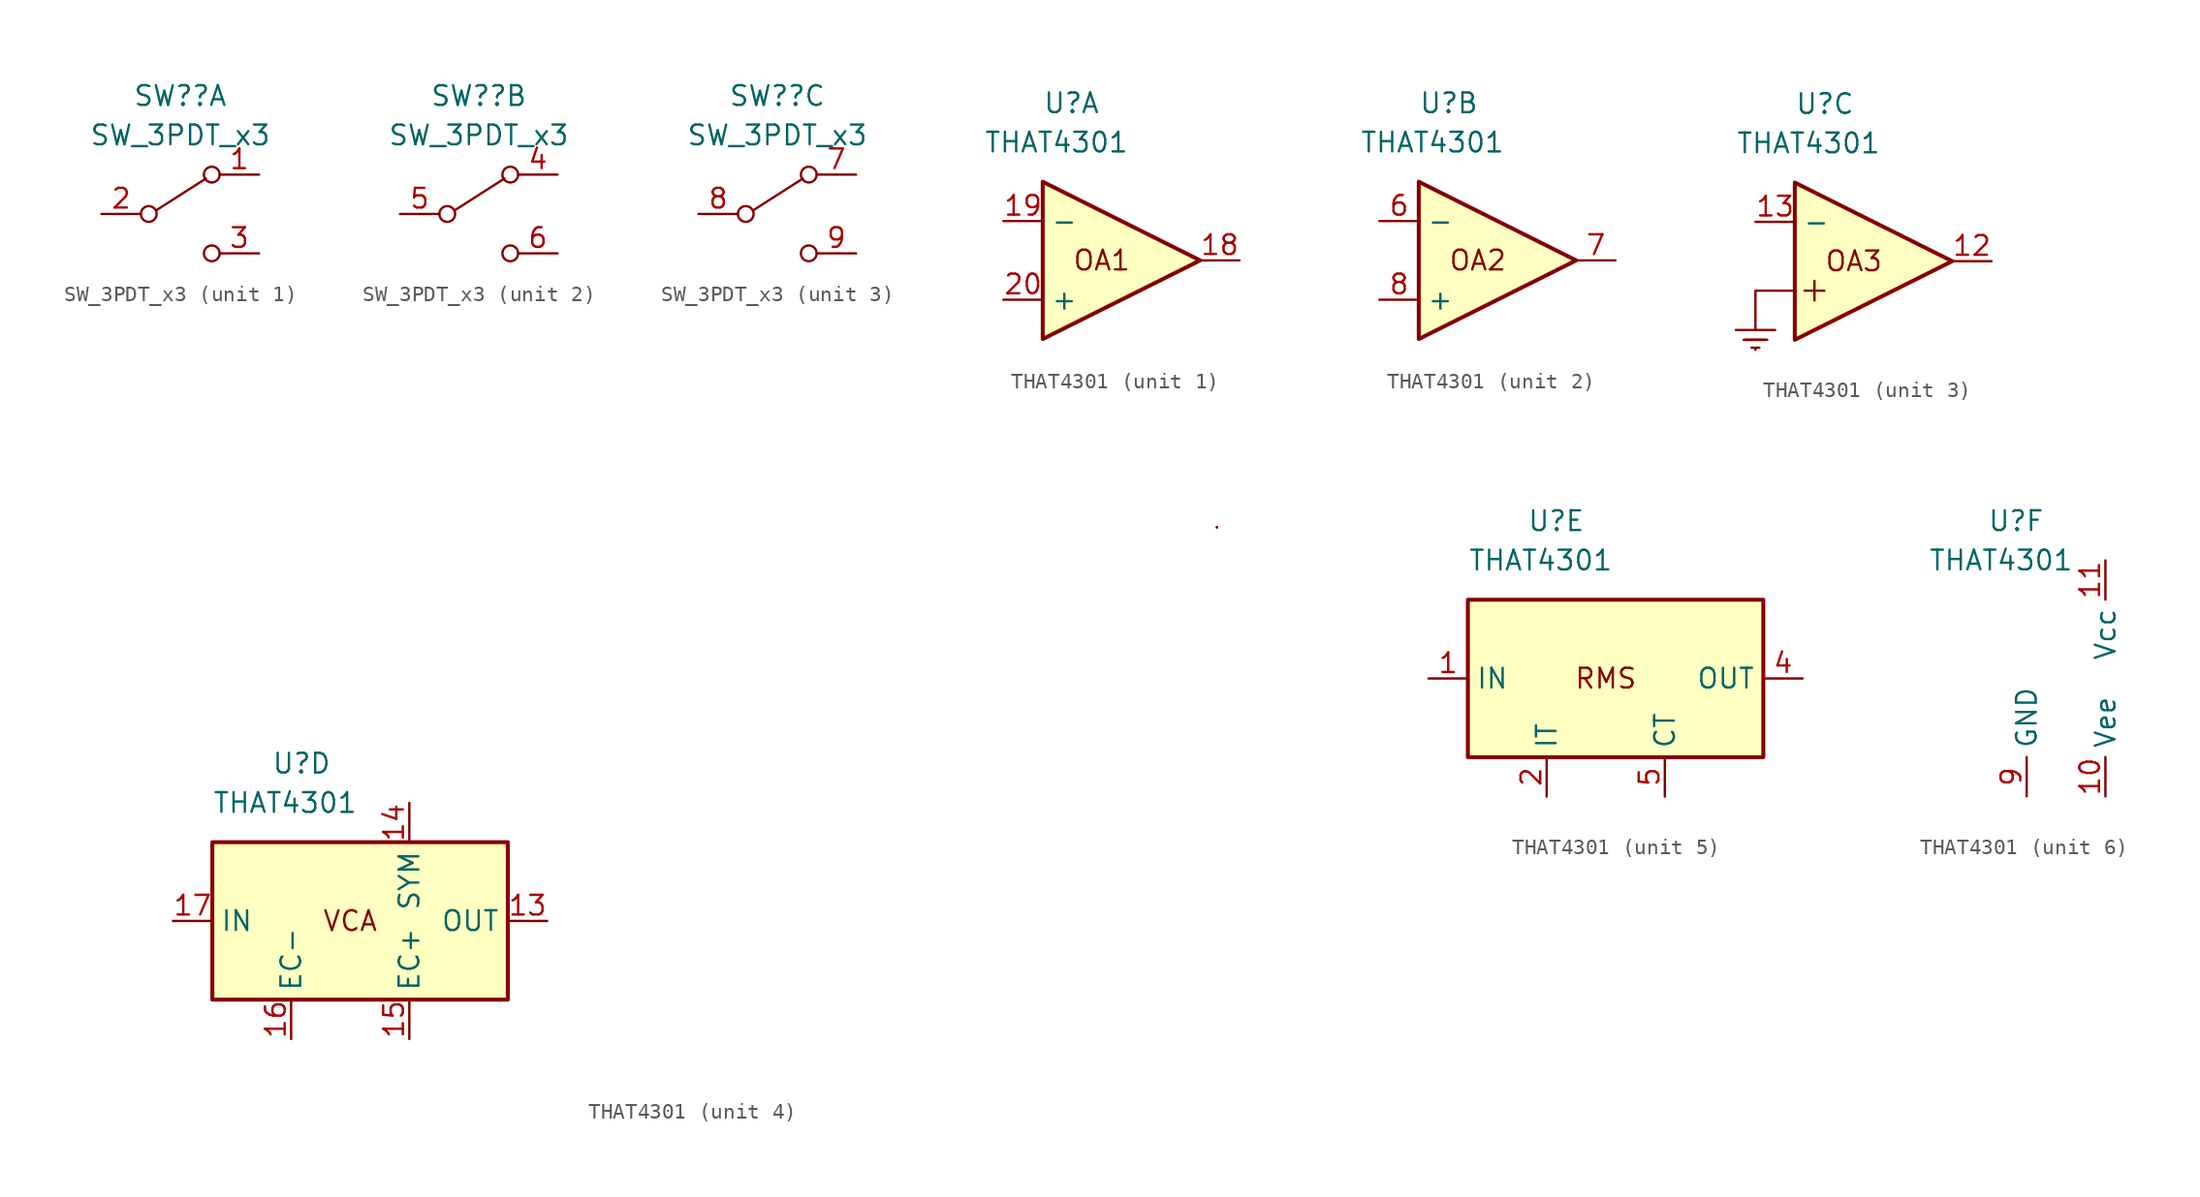
<source format=kicad_sym>
(kicad_symbol_lib
  (version 20211014)
  (generator kicad_symbol_editor)
  (symbol "SW_3PDT_x3"
    (pin_names
      (offset 0) hide)
    (property "Reference" "SW?"
      (at 0 7.62 0)
      (effects (font (size 1.27 1.27))))
    (property "Value" "SW_3PDT_x3"
      (at 0 5.08 0)
      (effects (font (size 1.27 1.27))))
    (symbol "SW_3PDT_x3_0_0"
      (circle (center -2.032 0) (radius 0.508) (stroke (width 0) (type default) (color 0 0 0 0)) (fill (type none)))
      (circle (center 2.032 -2.54) (radius 0.508) (stroke (width 0) (type default) (color 0 0 0 0)) (fill (type none))))
    (symbol "SW_3PDT_x3_0_1"
      (polyline (pts (xy -1.524 0.254) (xy 1.651 2.286)) (stroke (width 0) (type default) (color 0 0 0 0)) (fill (type none)))
      (circle (center 2.032 2.54) (radius 0.508) (stroke (width 0) (type default) (color 0 0 0 0)) (fill (type none))))
    (symbol "SW_3PDT_x3_1_1"
      (pin passive line (at 5.08 2.54 180) (length 2.54) (name "A" (effects (font (size 1.27 1.27)))) (number "1" (effects (font (size 1.27 1.27)))))
      (pin passive line (at -5.08 0 0) (length 2.54) (name "B" (effects (font (size 1.27 1.27)))) (number "2" (effects (font (size 1.27 1.27)))))
      (pin passive line (at 5.08 -2.54 180) (length 2.54) (name "C" (effects (font (size 1.27 1.27)))) (number "3" (effects (font (size 1.27 1.27))))))
    (symbol "SW_3PDT_x3_2_1"
      (pin passive line (at 5.08 2.54 180) (length 2.54) (name "A" (effects (font (size 1.27 1.27)))) (number "4" (effects (font (size 1.27 1.27)))))
      (pin passive line (at -5.08 0 0) (length 2.54) (name "B" (effects (font (size 1.27 1.27)))) (number "5" (effects (font (size 1.27 1.27)))))
      (pin passive line (at 5.08 -2.54 180) (length 2.54) (name "C" (effects (font (size 1.27 1.27)))) (number "6" (effects (font (size 1.27 1.27))))))
    (symbol "SW_3PDT_x3_3_1"
      (pin passive line (at 5.08 2.54 180) (length 2.54) (name "A" (effects (font (size 1.27 1.27)))) (number "7" (effects (font (size 1.27 1.27)))))
      (pin passive line (at -5.08 0 0) (length 2.54) (name "B" (effects (font (size 1.27 1.27)))) (number "8" (effects (font (size 1.27 1.27)))))
      (pin passive line (at 5.08 -2.54 180) (length 2.54) (name "C" (effects (font (size 1.27 1.27)))) (number "9" (effects (font (size 1.27 1.27)))))))
  (symbol "THAT4301"
    (property "Reference" "U"
      (at -5.08 10.16 0)
      (effects (font (size 1.27 1.27)) (justify left)))
    (property "Value" "THAT4301"
      (at -8.89 7.62 0)
      (effects (font (size 1.27 1.27)) (justify left)))
    (property "ki_locked" ""
      (at 0 0 0)
      (effects (font (size 1.27 1.27))))
    (symbol "THAT4301_1_1"
      (polyline (pts (xy -5.08 -5.08) (xy 5.08 0) (xy -5.08 5.08) (xy -5.08 -5.08)) (stroke (width 0.254) (type default) (color 0 0 0 0)) (fill (type background)))
      (text "OA1" (at -1.27 0 0) (effects (font (size 1.27 1.27))))
      (pin output line (at 7.62 0 180) (length 2.54) (name "~" (effects (font (size 1.27 1.27)))) (number "18" (effects (font (size 1.27 1.27)))))
      (pin input line (at -7.62 2.54 0) (length 2.54) (name "-" (effects (font (size 1.27 1.27)))) (number "19" (effects (font (size 1.27 1.27)))))
      (pin input line (at -7.62 -2.54 0) (length 2.54) (name "+" (effects (font (size 1.27 1.27)))) (number "20" (effects (font (size 1.27 1.27))))))
    (symbol "THAT4301_2_1"
      (polyline (pts (xy -5.08 -5.08) (xy 5.08 0) (xy -5.08 5.08) (xy -5.08 -5.08)) (stroke (width 0.254) (type default) (color 0 0 0 0)) (fill (type background)))
      (text "OA2" (at -1.27 0 0) (effects (font (size 1.27 1.27))))
      (pin input line (at -7.62 2.54 0) (length 2.54) (name "-" (effects (font (size 1.27 1.27)))) (number "6" (effects (font (size 1.27 1.27)))))
      (pin output line (at 7.62 0 180) (length 2.54) (name "~" (effects (font (size 1.27 1.27)))) (number "7" (effects (font (size 1.27 1.27)))))
      (pin input line (at -7.62 -2.54 0) (length 2.54) (name "+" (effects (font (size 1.27 1.27)))) (number "8" (effects (font (size 1.27 1.27))))))
    (symbol "THAT4301_3_1"
      (polyline (pts (xy -8.89 -4.445) (xy -6.35 -4.445)) (stroke (width 0) (type default) (color 0 0 0 0)) (fill (type none)))
      (polyline (pts (xy -7.874 -5.588) (xy -7.366 -5.588)) (stroke (width 0) (type default) (color 0 0 0 0)) (fill (type none)))
      (polyline (pts (xy -7.62 -5.715) (xy -7.62 -5.715)) (stroke (width 0) (type default) (color 0 0 0 0)) (fill (type none)))
      (polyline (pts (xy -7.62 -5.715) (xy -7.62 -5.715)) (stroke (width 0) (type default) (color 0 0 0 0)) (fill (type none)))
      (polyline (pts (xy -6.985 -5.08) (xy -8.255 -5.08)) (stroke (width 0) (type default) (color 0 0 0 0)) (fill (type none)))
      (polyline (pts (xy -3.81 -2.54) (xy -3.81 -1.27)) (stroke (width 0) (type default) (color 0 0 0 0)) (fill (type none)))
      (polyline (pts (xy -3.175 -1.905) (xy -4.445 -1.905)) (stroke (width 0) (type default) (color 0 0 0 0)) (fill (type none)))
      (polyline (pts (xy -8.128 -5.08) (xy -8.382 -5.08) (xy -6.858 -5.08)) (stroke (width 0) (type default) (color 0 0 0 0)) (fill (type none)))
      (polyline (pts (xy -5.08 -1.905) (xy -7.62 -1.905) (xy -7.62 -4.445)) (stroke (width 0) (type default) (color 0 0 0 0)) (fill (type none)))
      (polyline (pts (xy -5.08 -5.08) (xy 5.08 0) (xy -5.08 5.08) (xy -5.08 -5.08)) (stroke (width 0.254) (type default) (color 0 0 0 0)) (fill (type background)))
      (text "OA3" (at -1.27 0 0) (effects (font (size 1.27 1.27))))
      (pin output line (at 7.62 0 180) (length 2.54) (name "~" (effects (font (size 1.27 1.27)))) (number "12" (effects (font (size 1.27 1.27)))))
      (pin bidirectional line (at -7.62 2.54 0) (length 2.54) (name "-" (effects (font (size 1.27 1.27)))) (number "13" (effects (font (size 1.27 1.27))))))
    (symbol "THAT4301_4_1"
      (rectangle (start 10.16 -5.08) (end -8.89 5.08) (stroke (width 0.254) (type default) (color 0 0 0 0)) (fill (type background)))
      (rectangle (start 55.88 25.4) (end 55.88 25.4) (stroke (width 0) (type default) (color 0 0 0 0)) (fill (type none)))
      (rectangle (start 55.88 25.4) (end 55.88 25.4) (stroke (width 0) (type default) (color 0 0 0 0)) (fill (type none)))
      (rectangle (start 55.88 25.4) (end 55.88 25.4) (stroke (width 0) (type default) (color 0 0 0 0)) (fill (type none)))
      (text "VCA" (at 0 0 0) (effects (font (size 1.27 1.27))))
      (pin bidirectional line (at 12.7 0 180) (length 2.54) (name "OUT" (effects (font (size 1.27 1.27)))) (number "13" (effects (font (size 1.27 1.27)))))
      (pin input line (at 3.81 7.62 270) (length 2.54) (name "SYM" (effects (font (size 1.27 1.27)))) (number "14" (effects (font (size 1.27 1.27)))))
      (pin input line (at 3.81 -7.62 90) (length 2.54) (name "EC+" (effects (font (size 1.27 1.27)))) (number "15" (effects (font (size 1.27 1.27)))))
      (pin input line (at -3.81 -7.62 90) (length 2.54) (name "EC-" (effects (font (size 1.27 1.27)))) (number "16" (effects (font (size 1.27 1.27)))))
      (pin input line (at -11.43 0 0) (length 2.54) (name "IN" (effects (font (size 1.27 1.27)))) (number "17" (effects (font (size 1.27 1.27))))))
    (symbol "THAT4301_5_1"
      (rectangle (start 10.16 -5.08) (end -8.89 5.08) (stroke (width 0.254) (type default) (color 0 0 0 0)) (fill (type background)))
      (text "RMS" (at 0 0 0) (effects (font (size 1.27 1.27))))
      (pin input line (at -11.43 0 0) (length 2.54) (name "IN" (effects (font (size 1.27 1.27)))) (number "1" (effects (font (size 1.27 1.27)))))
      (pin input line (at -3.81 -7.62 90) (length 2.54) (name "IT" (effects (font (size 1.27 1.27)))) (number "2" (effects (font (size 1.27 1.27)))))
      (pin output line (at 12.7 0 180) (length 2.54) (name "OUT" (effects (font (size 1.27 1.27)))) (number "4" (effects (font (size 1.27 1.27)))))
      (pin input line (at 3.81 -7.62 90) (length 2.54) (name "CT" (effects (font (size 1.27 1.27)))) (number "5" (effects (font (size 1.27 1.27))))))
    (symbol "THAT4301_6_1"
      (pin power_in line (at 2.54 -7.62 90) (length 2.54) (name "Vee" (effects (font (size 1.27 1.27)))) (number "10" (effects (font (size 1.27 1.27)))))
      (pin power_in line (at 2.54 7.62 270) (length 2.54) (name "Vcc" (effects (font (size 1.27 1.27)))) (number "11" (effects (font (size 1.27 1.27)))))
      (pin power_in line (at -2.54 -7.62 90) (length 2.54) (name "GND" (effects (font (size 1.27 1.27)))) (number "9" (effects (font (size 1.27 1.27))))))))
</source>
